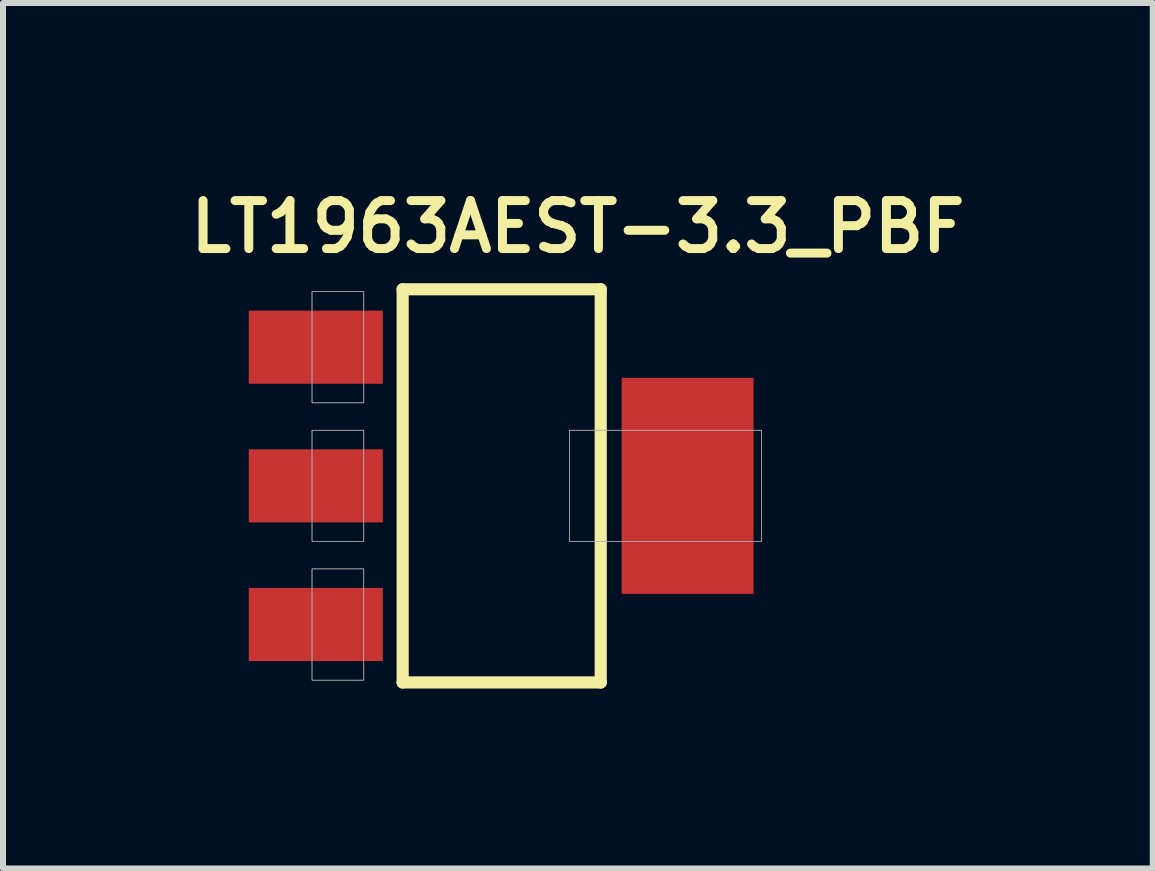
<source format=kicad_pcb>
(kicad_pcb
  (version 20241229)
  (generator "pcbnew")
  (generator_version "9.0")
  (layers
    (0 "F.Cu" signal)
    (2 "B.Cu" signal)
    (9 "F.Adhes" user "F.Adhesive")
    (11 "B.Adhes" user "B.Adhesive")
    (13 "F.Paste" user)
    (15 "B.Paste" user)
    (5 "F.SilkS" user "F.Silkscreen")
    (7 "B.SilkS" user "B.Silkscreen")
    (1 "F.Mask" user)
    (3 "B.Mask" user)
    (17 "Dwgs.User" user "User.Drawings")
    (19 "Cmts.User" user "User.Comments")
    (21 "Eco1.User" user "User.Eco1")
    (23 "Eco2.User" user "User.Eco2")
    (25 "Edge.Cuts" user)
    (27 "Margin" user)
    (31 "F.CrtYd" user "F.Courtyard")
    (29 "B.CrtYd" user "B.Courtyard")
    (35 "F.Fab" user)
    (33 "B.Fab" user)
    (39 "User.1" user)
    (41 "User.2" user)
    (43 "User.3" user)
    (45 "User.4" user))
  (footprint "LT1963AEST-3.3_PBF"
    (layer "F.Cu")
    (at 5.313 5.049)
    (property "Reference" "LT1963AEST-3.3_PBF" (at 1.27 -4.318 0) (layer "F.SilkS") (effects (font (size 0.8 0.8) (thickness 0.15))))
    (attr through_hole)
    (fp_line (start -1.651 -3.277) (end 1.651 -3.277) (stroke (width 0.203) (type solid)) (layer "F.SilkS"))
    (fp_line (start -1.651 3.277) (end -1.651 -3.277) (stroke (width 0.203) (type solid)) (layer "F.SilkS"))
    (fp_line (start 1.651 -3.277) (end 1.651 3.277) (stroke (width 0.203) (type solid)) (layer "F.SilkS"))
    (fp_line (start 1.651 3.277) (end -1.651 3.277) (stroke (width 0.203) (type solid)) (layer "F.SilkS"))
    (fp_poly (pts (xy -3.162 -3.239) (xy -2.299 -3.239) (xy -2.299 -1.384) (xy -3.162 -1.384)) (stroke (width 0.01) (type solid)) (fill no) (layer "F.Fab"))
    (fp_poly (pts (xy -3.162 -3.239) (xy -2.299 -3.239) (xy -2.299 -1.384) (xy -3.162 -1.384)) (stroke (width 0.01) (type solid)) (fill no) (layer "F.Fab"))
    (fp_poly (pts (xy -3.162 -0.927) (xy -2.299 -0.927) (xy -2.299 0.927) (xy -3.162 0.927)) (stroke (width 0.01) (type solid)) (fill no) (layer "F.Fab"))
    (fp_poly (pts (xy -3.162 -0.927) (xy -2.299 -0.927) (xy -2.299 0.927) (xy -3.162 0.927)) (stroke (width 0.01) (type solid)) (fill no) (layer "F.Fab"))
    (fp_poly (pts (xy -3.162 1.384) (xy -2.299 1.384) (xy -2.299 3.239) (xy -3.162 3.239)) (stroke (width 0.01) (type solid)) (fill no) (layer "F.Fab"))
    (fp_poly (pts (xy -3.162 1.384) (xy -2.299 1.384) (xy -2.299 3.239) (xy -3.162 3.239)) (stroke (width 0.01) (type solid)) (fill no) (layer "F.Fab"))
    (fp_poly (pts (xy 1.13 -0.927) (xy 4.331 -0.927) (xy 4.331 0.927) (xy 1.13 0.927)) (stroke (width 0.01) (type solid)) (fill no) (layer "F.Fab"))
    (fp_poly (pts (xy 1.13 -0.927) (xy 4.331 -0.927) (xy 4.331 0.927) (xy 1.13 0.927)) (stroke (width 0.01) (type solid)) (fill no) (layer "F.Fab"))
    (pad "1" smd rect (at -3.099 -2.311 270) (size 1.219 2.235) (layers "F.Cu" "F.Mask" "F.Paste"))
    (pad "2" smd rect (at -3.099 0 270) (size 1.219 2.235) (layers "F.Cu" "F.Mask" "F.Paste"))
    (pad "3" smd rect (at -3.099 2.311 270) (size 1.219 2.235) (layers "F.Cu" "F.Mask" "F.Paste"))
    (pad "4" smd rect (at 3.099 0 270) (size 3.6 2.2) (layers "F.Cu" "F.Mask" "F.Paste")))
  (gr_rect
    (start -3 -3)
    (end 16.166 11.427)
    (stroke (width 0.1) (type default))
    (fill no)
    (layer "Edge.Cuts")))
</source>
